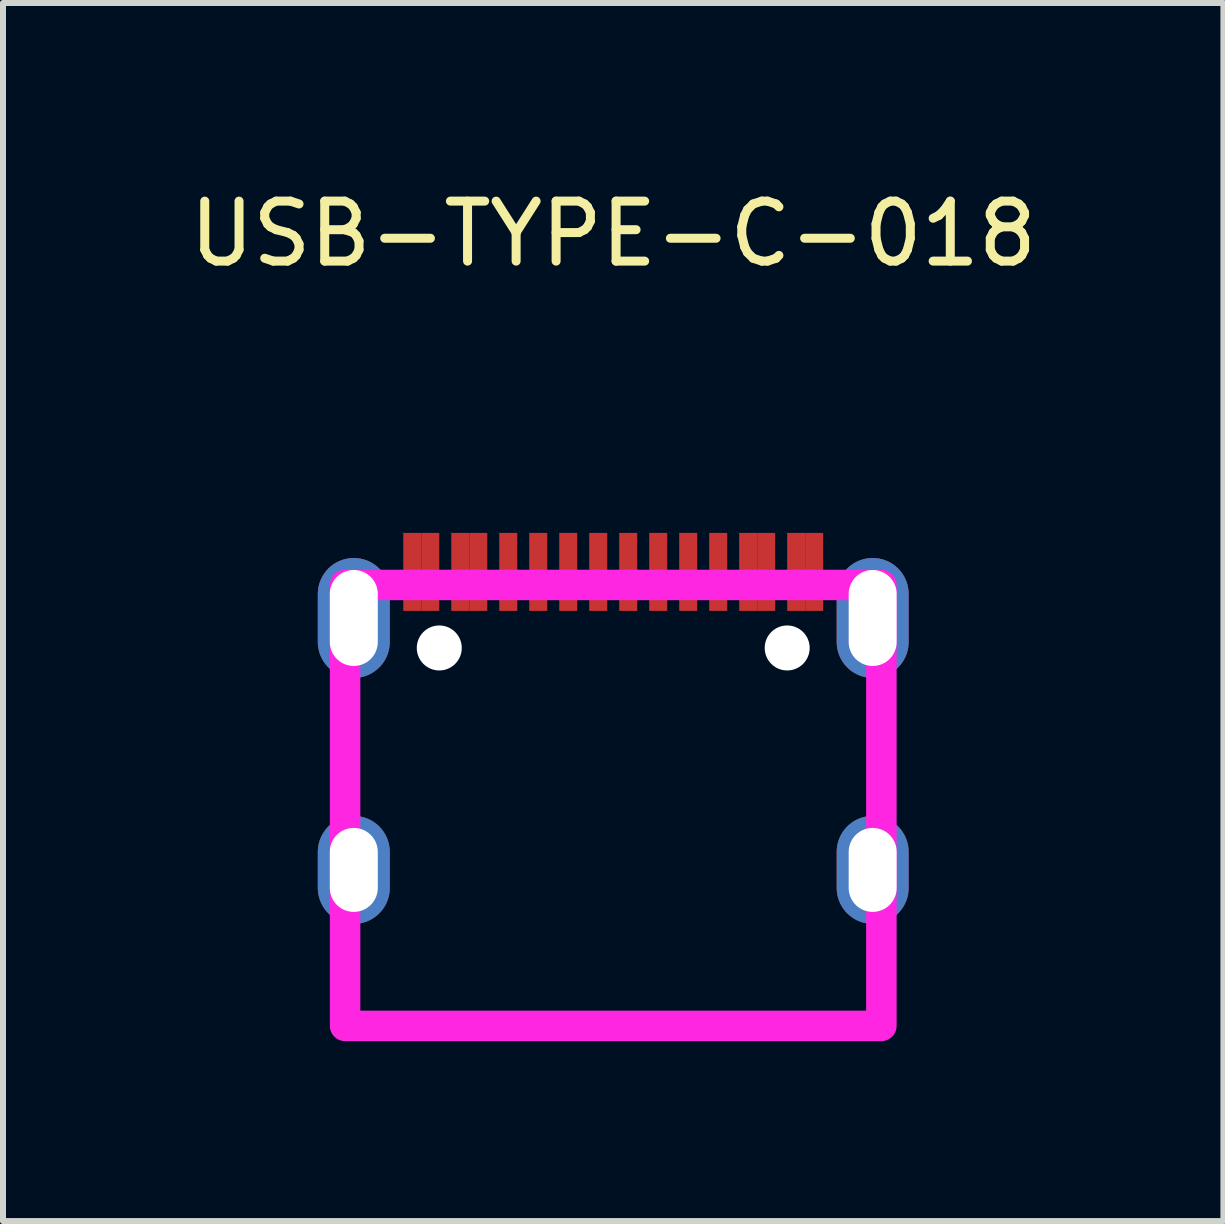
<source format=kicad_pcb>
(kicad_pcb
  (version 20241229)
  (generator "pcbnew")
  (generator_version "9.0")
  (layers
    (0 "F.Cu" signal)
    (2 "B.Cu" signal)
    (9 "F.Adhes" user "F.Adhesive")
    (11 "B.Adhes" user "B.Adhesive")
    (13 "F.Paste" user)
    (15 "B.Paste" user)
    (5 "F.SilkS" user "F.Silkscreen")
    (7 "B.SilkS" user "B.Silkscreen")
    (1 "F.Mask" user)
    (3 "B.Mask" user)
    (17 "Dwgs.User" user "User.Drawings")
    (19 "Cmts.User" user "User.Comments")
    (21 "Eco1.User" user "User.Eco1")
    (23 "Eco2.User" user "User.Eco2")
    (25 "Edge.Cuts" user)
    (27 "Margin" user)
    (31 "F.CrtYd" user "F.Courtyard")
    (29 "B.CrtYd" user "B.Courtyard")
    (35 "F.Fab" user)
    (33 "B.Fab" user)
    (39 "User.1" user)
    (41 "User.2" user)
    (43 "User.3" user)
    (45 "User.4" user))
  (footprint "USB-TYPE-C-018"
    (layer "F.Cu")
    (at 7.173 1.348)
    (property "Reference" "USB-TYPE-C-018" (at 0 -0.5 0) (unlocked yes) (layer "F.SilkS") (effects (font (size 1 1) (thickness 0.15))))
    (attr smd)
    (fp_line (start -4.469 8.986) (end -4.469 7.123) (stroke (width 0.254) (type solid)) (layer "F.SilkS"))
    (fp_line (start -4.469 12.704) (end -4.469 11.223) (stroke (width 0.254) (type solid)) (layer "F.SilkS"))
    (fp_line (start 4.471 8.986) (end 4.471 7.122) (stroke (width 0.254) (type solid)) (layer "F.SilkS"))
    (fp_line (start 4.471 12.704) (end -4.469 12.704) (stroke (width 0.254) (type solid)) (layer "F.SilkS"))
    (fp_line (start 4.471 12.704) (end 4.471 11.222) (stroke (width 0.254) (type solid)) (layer "F.SilkS"))
    (fp_poly (pts (xy -1.6 5.786) (xy -1.6 4.486) (xy -1.9 4.486) (xy -1.9 5.786)) (stroke (width 0) (type solid)) (fill yes) (layer "F.Paste"))
    (fp_poly (pts (xy -1.4 4.486) (xy -1.4 5.786) (xy -1.1 5.786) (xy -1.1 4.486)) (stroke (width 0) (type solid)) (fill yes) (layer "F.Paste"))
    (fp_poly (pts (xy -0.6 5.786) (xy -0.6 4.486) (xy -0.9 4.486) (xy -0.9 5.786)) (stroke (width 0) (type solid)) (fill yes) (layer "F.Paste"))
    (fp_poly (pts (xy -0.1 5.786) (xy -0.1 4.486) (xy -0.4 4.486) (xy -0.4 5.786)) (stroke (width 0) (type solid)) (fill yes) (layer "F.Paste"))
    (fp_poly (pts (xy 0.4 5.786) (xy 0.4 4.486) (xy 0.1 4.486) (xy 0.1 5.786)) (stroke (width 0) (type solid)) (fill yes) (layer "F.Paste"))
    (fp_poly (pts (xy 0.9 5.786) (xy 0.9 4.486) (xy 0.6 4.486) (xy 0.6 5.786)) (stroke (width 0) (type solid)) (fill yes) (layer "F.Paste"))
    (fp_poly (pts (xy 1.4 5.786) (xy 1.4 4.486) (xy 1.1 4.486) (xy 1.1 5.786)) (stroke (width 0) (type solid)) (fill yes) (layer "F.Paste"))
    (fp_poly (pts (xy 1.9 5.786) (xy 1.9 4.486) (xy 1.6 4.486) (xy 1.6 5.786)) (stroke (width 0) (type solid)) (fill yes) (layer "F.Paste"))
    (fp_poly (pts (xy -2.9 5.786) (xy -2.9 4.486) (xy -3.2 4.486) (xy -3.2 4.486) (xy -3.5 4.486) (xy -3.5 5.786) (xy -3.2 5.786) (xy -3.2 5.786)) (stroke (width 0) (type solid)) (fill yes) (layer "F.Paste"))
    (fp_poly (pts (xy -2.1 5.786) (xy -2.1 4.486) (xy -2.4 4.486) (xy -2.4 4.486) (xy -2.7 4.486) (xy -2.7 5.786) (xy -2.4 5.786) (xy -2.4 5.786)) (stroke (width 0) (type solid)) (fill yes) (layer "F.Paste"))
    (fp_poly (pts (xy 2.7 5.786) (xy 2.7 4.486) (xy 2.4 4.486) (xy 2.4 4.486) (xy 2.1 4.486) (xy 2.1 5.786) (xy 2.4 5.786) (xy 2.4 5.786)) (stroke (width 0) (type solid)) (fill yes) (layer "F.Paste"))
    (fp_poly (pts (xy 3.5 5.786) (xy 3.5 4.486) (xy 3.2 4.486) (xy 3.2 4.486) (xy 2.9 4.486) (xy 2.9 5.786) (xy 3.2 5.786) (xy 3.2 5.786)) (stroke (width 0) (type solid)) (fill yes) (layer "F.Paste"))
    (fp_poly (pts (xy -4.34 9.204) (xy -4.37 9.206) (xy -4.4 9.209) (xy -4.429 9.213) (xy -4.459 9.219) (xy -4.488 9.227) (xy -4.516 9.235) (xy -4.544 9.246) (xy -4.572 9.257) (xy -4.599 9.27) (xy -4.625 9.285) (xy -4.651 9.3) (xy -4.675 9.317) (xy -4.699 9.335) (xy -4.722 9.354) (xy -4.744 9.375) (xy -4.765 9.396) (xy -4.785 9.418) (xy -4.803 9.442) (xy -4.821 9.466) (xy -4.837 9.491) (xy -4.852 9.517) (xy -4.866 9.544) (xy -4.878 9.571) (xy -4.889 9.599) (xy -4.898 9.627) (xy -4.907 9.656) (xy -4.913 9.685) (xy -4.918 9.715) (xy -4.922 9.744) (xy -4.924 9.774) (xy -4.925 9.804) (xy -4.925 10.404) (xy -4.924 10.434) (xy -4.922 10.464) (xy -4.918 10.494) (xy -4.913 10.523) (xy -4.907 10.552) (xy -4.898 10.581) (xy -4.889 10.609) (xy -4.878 10.637) (xy -4.866 10.664) (xy -4.852 10.691) (xy -4.837 10.717) (xy -4.821 10.742) (xy -4.803 10.766) (xy -4.785 10.79) (xy -4.765 10.812) (xy -4.744 10.834) (xy -4.722 10.854) (xy -4.699 10.873) (xy -4.675 10.891) (xy -4.651 10.908) (xy -4.625 10.924) (xy -4.599 10.938) (xy -4.572 10.951) (xy -4.544 10.963) (xy -4.516 10.973) (xy -4.488 10.982) (xy -4.459 10.989) (xy -4.429 10.995) (xy -4.4 10.999) (xy -4.37 11.002) (xy -4.34 11.004) (xy -4.31 11.004) (xy -4.28 11.002) (xy -4.251 10.999) (xy -4.221 10.995) (xy -4.192 10.989) (xy -4.163 10.982) (xy -4.134 10.973) (xy -4.106 10.963) (xy -4.078 10.951) (xy -4.051 10.938) (xy -4.025 10.924) (xy -4 10.908) (xy -3.975 10.891) (xy -3.951 10.873) (xy -3.928 10.854) (xy -3.906 10.834) (xy -3.885 10.812) (xy -3.865 10.79) (xy -3.847 10.766) (xy -3.829 10.742) (xy -3.813 10.717) (xy -3.798 10.691) (xy -3.785 10.664) (xy -3.772 10.637) (xy -3.761 10.609) (xy -3.752 10.581) (xy -3.744 10.552) (xy -3.737 10.523) (xy -3.732 10.494) (xy -3.728 10.464) (xy -3.726 10.434) (xy -3.725 10.404) (xy -3.725 9.804) (xy -3.726 9.774) (xy -3.728 9.744) (xy -3.732 9.715) (xy -3.737 9.685) (xy -3.744 9.656) (xy -3.752 9.627) (xy -3.761 9.599) (xy -3.772 9.571) (xy -3.785 9.544) (xy -3.798 9.517) (xy -3.813 9.491) (xy -3.829 9.466) (xy -3.847 9.442) (xy -3.865 9.418) (xy -3.885 9.396) (xy -3.906 9.375) (xy -3.928 9.354) (xy -3.951 9.335) (xy -3.975 9.317) (xy -4 9.3) (xy -4.025 9.285) (xy -4.051 9.27) (xy -4.078 9.257) (xy -4.106 9.246) (xy -4.134 9.235) (xy -4.163 9.227) (xy -4.192 9.219) (xy -4.221 9.213) (xy -4.251 9.209) (xy -4.28 9.206) (xy -4.31 9.204)) (stroke (width 0) (type solid)) (fill yes) (layer "F.Paste"))
    (fp_poly (pts (xy -4.28 4.906) (xy -4.31 4.904) (xy -4.34 4.904) (xy -4.37 4.906) (xy -4.4 4.909) (xy -4.429 4.913) (xy -4.459 4.919) (xy -4.488 4.927) (xy -4.516 4.935) (xy -4.544 4.946) (xy -4.572 4.957) (xy -4.599 4.97) (xy -4.625 4.985) (xy -4.651 5) (xy -4.675 5.017) (xy -4.699 5.035) (xy -4.722 5.054) (xy -4.744 5.075) (xy -4.765 5.096) (xy -4.785 5.119) (xy -4.803 5.142) (xy -4.821 5.166) (xy -4.837 5.191) (xy -4.852 5.217) (xy -4.866 5.244) (xy -4.878 5.271) (xy -4.889 5.299) (xy -4.898 5.327) (xy -4.907 5.356) (xy -4.913 5.385) (xy -4.918 5.415) (xy -4.922 5.444) (xy -4.924 5.474) (xy -4.925 5.504) (xy -4.925 6.304) (xy -4.924 6.334) (xy -4.922 6.364) (xy -4.918 6.394) (xy -4.913 6.423) (xy -4.907 6.452) (xy -4.898 6.481) (xy -4.889 6.509) (xy -4.878 6.537) (xy -4.866 6.565) (xy -4.852 6.591) (xy -4.837 6.617) (xy -4.821 6.642) (xy -4.803 6.667) (xy -4.785 6.69) (xy -4.765 6.712) (xy -4.744 6.734) (xy -4.722 6.754) (xy -4.699 6.773) (xy -4.675 6.791) (xy -4.651 6.808) (xy -4.625 6.824) (xy -4.599 6.838) (xy -4.572 6.851) (xy -4.544 6.863) (xy -4.516 6.873) (xy -4.488 6.882) (xy -4.459 6.889) (xy -4.429 6.895) (xy -4.4 6.9) (xy -4.37 6.903) (xy -4.34 6.904) (xy -4.31 6.904) (xy -4.28 6.903) (xy -4.251 6.9) (xy -4.221 6.895) (xy -4.192 6.889) (xy -4.163 6.882) (xy -4.134 6.873) (xy -4.106 6.863) (xy -4.078 6.851) (xy -4.051 6.838) (xy -4.025 6.824) (xy -4 6.808) (xy -3.975 6.791) (xy -3.951 6.773) (xy -3.928 6.754) (xy -3.906 6.734) (xy -3.885 6.712) (xy -3.865 6.69) (xy -3.847 6.667) (xy -3.829 6.642) (xy -3.813 6.617) (xy -3.798 6.591) (xy -3.785 6.565) (xy -3.772 6.537) (xy -3.761 6.509) (xy -3.752 6.481) (xy -3.744 6.452) (xy -3.737 6.423) (xy -3.732 6.394) (xy -3.728 6.364) (xy -3.726 6.334) (xy -3.725 6.304) (xy -3.725 5.504) (xy -3.726 5.474) (xy -3.728 5.444) (xy -3.732 5.415) (xy -3.737 5.385) (xy -3.744 5.356) (xy -3.752 5.327) (xy -3.761 5.299) (xy -3.772 5.271) (xy -3.785 5.244) (xy -3.798 5.217) (xy -3.813 5.191) (xy -3.829 5.166) (xy -3.847 5.142) (xy -3.865 5.119) (xy -3.885 5.096) (xy -3.906 5.075) (xy -3.928 5.054) (xy -3.951 5.035) (xy -3.975 5.017) (xy -4 5) (xy -4.025 4.985) (xy -4.051 4.97) (xy -4.078 4.957) (xy -4.106 4.946) (xy -4.134 4.935) (xy -4.163 4.927) (xy -4.192 4.919) (xy -4.221 4.913) (xy -4.251 4.909)) (stroke (width 0) (type solid)) (fill yes) (layer "F.Paste"))
    (fp_poly (pts (xy 4.37 4.906) (xy 4.34 4.904) (xy 4.31 4.904) (xy 4.28 4.906) (xy 4.251 4.909) (xy 4.221 4.913) (xy 4.192 4.919) (xy 4.163 4.927) (xy 4.134 4.935) (xy 4.106 4.946) (xy 4.078 4.957) (xy 4.051 4.97) (xy 4.025 4.985) (xy 4 5) (xy 3.975 5.017) (xy 3.951 5.035) (xy 3.928 5.054) (xy 3.906 5.075) (xy 3.885 5.096) (xy 3.865 5.119) (xy 3.847 5.142) (xy 3.829 5.166) (xy 3.813 5.191) (xy 3.798 5.217) (xy 3.785 5.244) (xy 3.772 5.271) (xy 3.761 5.299) (xy 3.752 5.327) (xy 3.744 5.356) (xy 3.737 5.385) (xy 3.732 5.415) (xy 3.728 5.444) (xy 3.726 5.474) (xy 3.725 5.504) (xy 3.725 6.304) (xy 3.726 6.334) (xy 3.728 6.364) (xy 3.732 6.394) (xy 3.737 6.423) (xy 3.744 6.452) (xy 3.752 6.481) (xy 3.761 6.509) (xy 3.772 6.537) (xy 3.785 6.565) (xy 3.798 6.591) (xy 3.813 6.617) (xy 3.829 6.642) (xy 3.847 6.667) (xy 3.865 6.69) (xy 3.885 6.712) (xy 3.906 6.734) (xy 3.928 6.754) (xy 3.951 6.773) (xy 3.975 6.791) (xy 4 6.808) (xy 4.025 6.824) (xy 4.051 6.838) (xy 4.078 6.851) (xy 4.106 6.863) (xy 4.134 6.873) (xy 4.163 6.882) (xy 4.192 6.889) (xy 4.221 6.895) (xy 4.251 6.9) (xy 4.28 6.903) (xy 4.31 6.904) (xy 4.34 6.904) (xy 4.37 6.903) (xy 4.4 6.9) (xy 4.429 6.895) (xy 4.459 6.889) (xy 4.488 6.882) (xy 4.516 6.873) (xy 4.544 6.863) (xy 4.572 6.851) (xy 4.599 6.838) (xy 4.625 6.824) (xy 4.651 6.808) (xy 4.675 6.791) (xy 4.699 6.773) (xy 4.722 6.754) (xy 4.744 6.734) (xy 4.765 6.712) (xy 4.785 6.69) (xy 4.803 6.667) (xy 4.821 6.642) (xy 4.837 6.617) (xy 4.852 6.591) (xy 4.866 6.565) (xy 4.878 6.537) (xy 4.889 6.509) (xy 4.898 6.481) (xy 4.907 6.452) (xy 4.913 6.423) (xy 4.918 6.394) (xy 4.922 6.364) (xy 4.924 6.334) (xy 4.925 6.304) (xy 4.925 5.504) (xy 4.924 5.474) (xy 4.922 5.444) (xy 4.918 5.415) (xy 4.913 5.385) (xy 4.907 5.356) (xy 4.898 5.327) (xy 4.889 5.299) (xy 4.878 5.271) (xy 4.866 5.244) (xy 4.852 5.217) (xy 4.837 5.191) (xy 4.821 5.166) (xy 4.803 5.142) (xy 4.785 5.119) (xy 4.765 5.096) (xy 4.744 5.075) (xy 4.722 5.054) (xy 4.699 5.035) (xy 4.675 5.017) (xy 4.651 5) (xy 4.625 4.985) (xy 4.599 4.97) (xy 4.572 4.957) (xy 4.544 4.946) (xy 4.516 4.935) (xy 4.488 4.927) (xy 4.459 4.919) (xy 4.429 4.913) (xy 4.4 4.909)) (stroke (width 0) (type solid)) (fill yes) (layer "F.Paste"))
    (fp_poly (pts (xy 4.37 9.206) (xy 4.34 9.204) (xy 4.31 9.204) (xy 4.28 9.206) (xy 4.251 9.209) (xy 4.221 9.213) (xy 4.192 9.219) (xy 4.163 9.227) (xy 4.134 9.235) (xy 4.106 9.246) (xy 4.078 9.257) (xy 4.051 9.27) (xy 4.025 9.285) (xy 4 9.3) (xy 3.975 9.317) (xy 3.951 9.335) (xy 3.928 9.354) (xy 3.906 9.375) (xy 3.885 9.396) (xy 3.865 9.418) (xy 3.847 9.442) (xy 3.829 9.466) (xy 3.813 9.491) (xy 3.798 9.517) (xy 3.785 9.544) (xy 3.772 9.571) (xy 3.761 9.599) (xy 3.752 9.627) (xy 3.744 9.656) (xy 3.737 9.685) (xy 3.732 9.715) (xy 3.728 9.744) (xy 3.726 9.774) (xy 3.725 9.804) (xy 3.725 10.404) (xy 3.726 10.434) (xy 3.728 10.464) (xy 3.732 10.494) (xy 3.737 10.523) (xy 3.744 10.552) (xy 3.752 10.581) (xy 3.761 10.609) (xy 3.772 10.637) (xy 3.785 10.664) (xy 3.798 10.691) (xy 3.813 10.717) (xy 3.829 10.742) (xy 3.847 10.766) (xy 3.865 10.79) (xy 3.885 10.812) (xy 3.906 10.834) (xy 3.928 10.854) (xy 3.951 10.873) (xy 3.975 10.891) (xy 4 10.908) (xy 4.025 10.924) (xy 4.051 10.938) (xy 4.078 10.951) (xy 4.106 10.963) (xy 4.134 10.973) (xy 4.163 10.982) (xy 4.192 10.989) (xy 4.221 10.995) (xy 4.251 10.999) (xy 4.28 11.002) (xy 4.31 11.004) (xy 4.34 11.004) (xy 4.37 11.002) (xy 4.4 10.999) (xy 4.429 10.995) (xy 4.459 10.989) (xy 4.488 10.982) (xy 4.516 10.973) (xy 4.544 10.963) (xy 4.572 10.951) (xy 4.599 10.938) (xy 4.625 10.924) (xy 4.651 10.908) (xy 4.675 10.891) (xy 4.699 10.873) (xy 4.722 10.854) (xy 4.744 10.834) (xy 4.765 10.812) (xy 4.785 10.79) (xy 4.803 10.766) (xy 4.821 10.742) (xy 4.837 10.717) (xy 4.852 10.691) (xy 4.866 10.664) (xy 4.878 10.637) (xy 4.889 10.609) (xy 4.898 10.581) (xy 4.907 10.552) (xy 4.913 10.523) (xy 4.918 10.494) (xy 4.922 10.464) (xy 4.924 10.434) (xy 4.925 10.404) (xy 4.925 9.804) (xy 4.924 9.774) (xy 4.922 9.744) (xy 4.918 9.715) (xy 4.913 9.685) (xy 4.907 9.656) (xy 4.898 9.627) (xy 4.889 9.599) (xy 4.878 9.571) (xy 4.866 9.544) (xy 4.852 9.517) (xy 4.837 9.491) (xy 4.821 9.466) (xy 4.803 9.442) (xy 4.785 9.418) (xy 4.765 9.396) (xy 4.744 9.375) (xy 4.722 9.354) (xy 4.699 9.335) (xy 4.675 9.317) (xy 4.651 9.3) (xy 4.625 9.285) (xy 4.599 9.27) (xy 4.572 9.257) (xy 4.544 9.246) (xy 4.516 9.235) (xy 4.488 9.227) (xy 4.459 9.219) (xy 4.429 9.213) (xy 4.4 9.209)) (stroke (width 0) (type solid)) (fill yes) (layer "F.Paste"))
    (fp_circle (center -2.9 6.404) (end -2.9 6.529) (stroke (width 0.25) (type solid)) (fill no) (layer "Cmts.User"))
    (fp_circle (center 2.9 6.404) (end 2.9 6.529) (stroke (width 0.25) (type solid)) (fill no) (layer "Cmts.User"))
    (fp_poly (pts (xy -4.47 12.704) (xy -4.47 5.354) (xy 4.47 5.354) (xy 4.47 12.704)) (stroke (width 0.508) (type solid)) (fill no) (layer "F.CrtYd"))
    (pad "" np_thru_hole circle (at -2.9 6.404) (size 0.75 0.75) (drill 0.75) (layers "*.Cu" "*.Mask"))
    (pad "" np_thru_hole circle (at 2.9 6.404) (size 0.75 0.75) (drill 0.75) (layers "*.Cu" "*.Mask"))
    (pad "0" thru_hole oval (at -4.325 5.904) (size 1.2 2) (drill oval 0.8 1.6) (layers "*.Cu" "*.Mask"))
    (pad "1" thru_hole oval (at 4.325 5.904) (size 1.2 2) (drill oval 0.8 1.6) (layers "*.Cu" "*.Mask"))
    (pad "2" thru_hole oval (at 4.325 10.104) (size 1.2 1.8) (drill oval 0.8 1.4) (layers "*.Cu" "*.Mask"))
    (pad "3" thru_hole oval (at -4.325 10.104) (size 1.2 1.8) (drill oval 0.8 1.4) (layers "*.Cu" "*.Mask"))
    (pad "A1" smd rect (at -3.35 5.136) (size 0.3 1.3) (layers "F.Cu" "F.Mask" "F.Paste"))
    (pad "A4" smd rect (at -2.55 5.136) (size 0.3 1.3) (layers "F.Cu" "F.Mask" "F.Paste"))
    (pad "A5" smd rect (at -1.25 5.136) (size 0.3 1.3) (layers "F.Cu" "F.Mask" "F.Paste"))
    (pad "A6" smd rect (at -0.25 5.136) (size 0.3 1.3) (layers "F.Cu" "F.Mask" "F.Paste"))
    (pad "A7" smd rect (at 0.25 5.136) (size 0.3 1.3) (layers "F.Cu" "F.Mask" "F.Paste"))
    (pad "A8" smd rect (at 1.25 5.136) (size 0.3 1.3) (layers "F.Cu" "F.Mask" "F.Paste"))
    (pad "A9" smd rect (at 2.55 5.136) (size 0.3 1.3) (layers "F.Cu" "F.Mask" "F.Paste"))
    (pad "A12" smd rect (at 3.35 5.136) (size 0.3 1.3) (layers "F.Cu" "F.Mask" "F.Paste"))
    (pad "B1" smd rect (at 3.05 5.136) (size 0.3 1.3) (layers "F.Cu" "F.Mask" "F.Paste"))
    (pad "B4" smd rect (at 2.25 5.136) (size 0.3 1.3) (layers "F.Cu" "F.Mask" "F.Paste"))
    (pad "B5" smd rect (at 1.75 5.136) (size 0.3 1.3) (layers "F.Cu" "F.Mask" "F.Paste"))
    (pad "B6" smd rect (at 0.75 5.136) (size 0.3 1.3) (layers "F.Cu" "F.Mask" "F.Paste"))
    (pad "B7" smd rect (at -0.75 5.136) (size 0.3 1.3) (layers "F.Cu" "F.Mask" "F.Paste"))
    (pad "B8" smd rect (at -1.75 5.136) (size 0.3 1.3) (layers "F.Cu" "F.Mask" "F.Paste"))
    (pad "B9" smd rect (at -2.25 5.136) (size 0.3 1.3) (layers "F.Cu" "F.Mask" "F.Paste"))
    (pad "B12" smd rect (at -3.05 5.136) (size 0.3 1.3) (layers "F.Cu" "F.Mask" "F.Paste")))
  (gr_rect
    (start -3 -3)
    (end 17.345 17.306)
    (stroke (width 0.1) (type default))
    (fill no)
    (layer "Edge.Cuts")))
</source>
